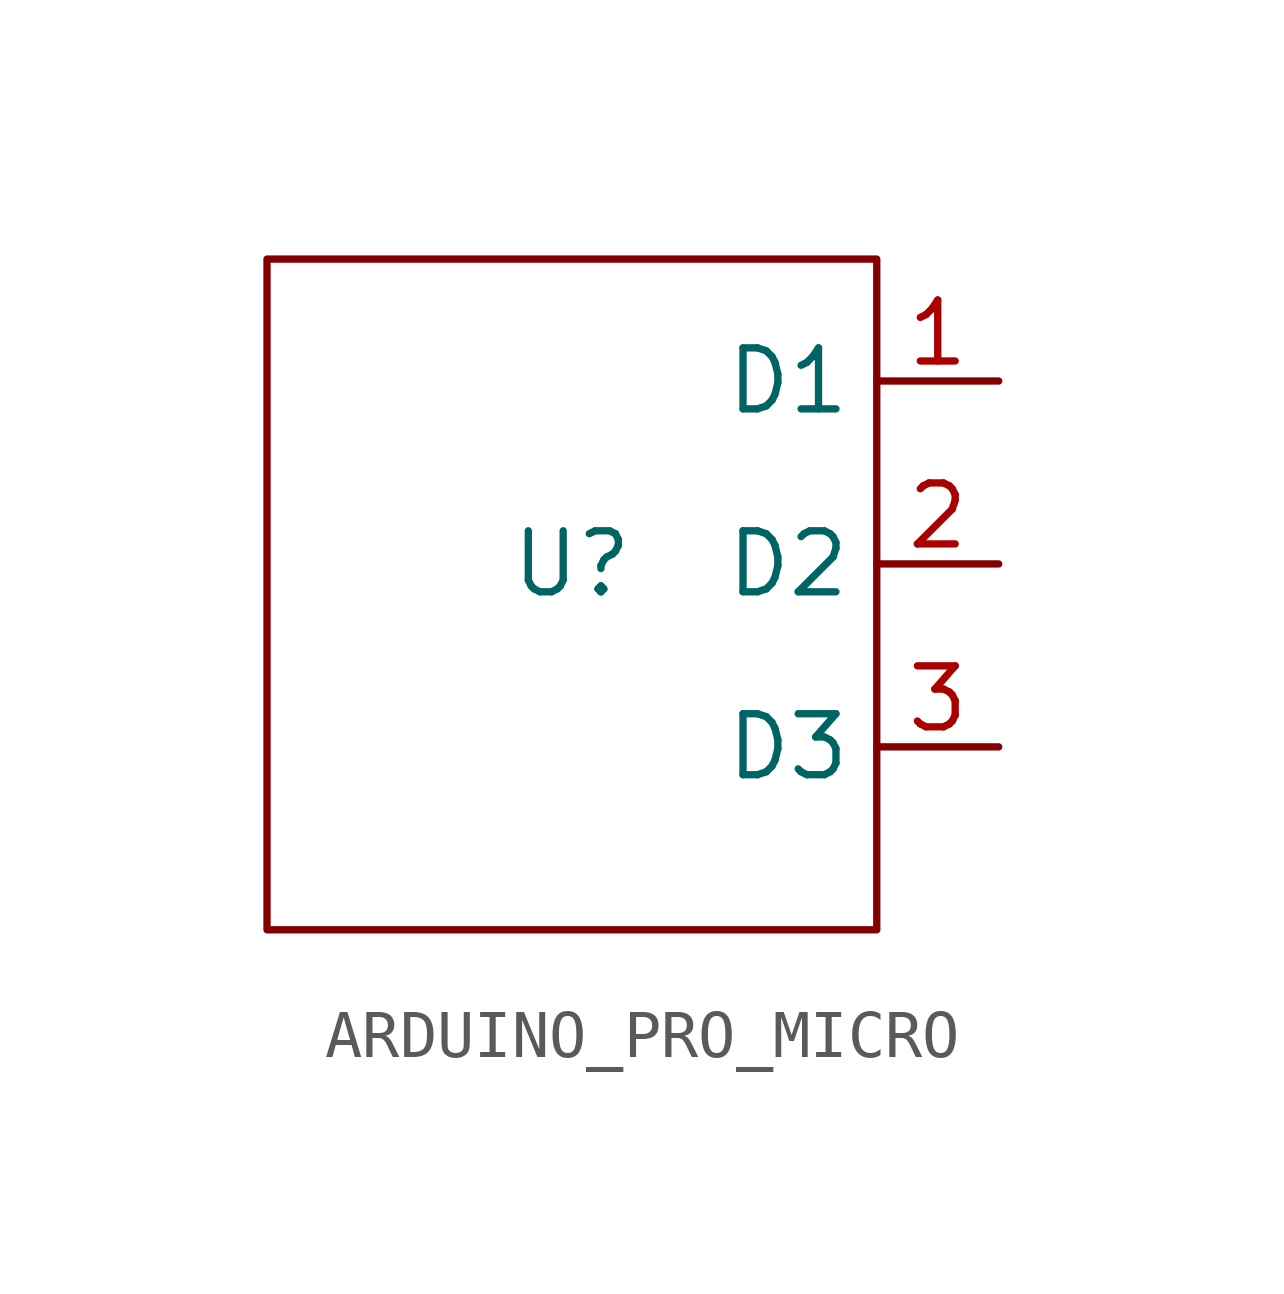
<source format=kicad_sym>
(kicad_symbol_lib
  (version 20241209)
  (generator "kicad_symbol_editor")
  (generator_version "9.0")
  (symbol "ARDUINO_PRO_MICRO"
    (property "Reference" "U"
      (at 0 0 0)
      (effects (font (size 1.27 1.27))))
    (property "Value" ""
      (at 0 0 0)
      (effects (font (size 1.27 1.27))))
    (symbol "ARDUINO_PRO_MICRO_0_1"
      (rectangle (start -6.35 6.35) (end 6.35 -7.62) (stroke (width 0) (type default)) (fill (type none))))
    (symbol "ARDUINO_PRO_MICRO_1_1"
      (pin bidirectional line (at 8.89 3.81 180) (length 2.54) (name "D1" (effects (font (size 1.27 1.27)))) (number "1" (effects (font (size 1.27 1.27)))))
      (pin bidirectional line (at 8.89 0 180) (length 2.54) (name "D2" (effects (font (size 1.27 1.27)))) (number "2" (effects (font (size 1.27 1.27)))))
      (pin bidirectional line (at 8.89 -3.81 180) (length 2.54) (name "D3" (effects (font (size 1.27 1.27)))) (number "3" (effects (font (size 1.27 1.27))))))))
</source>
